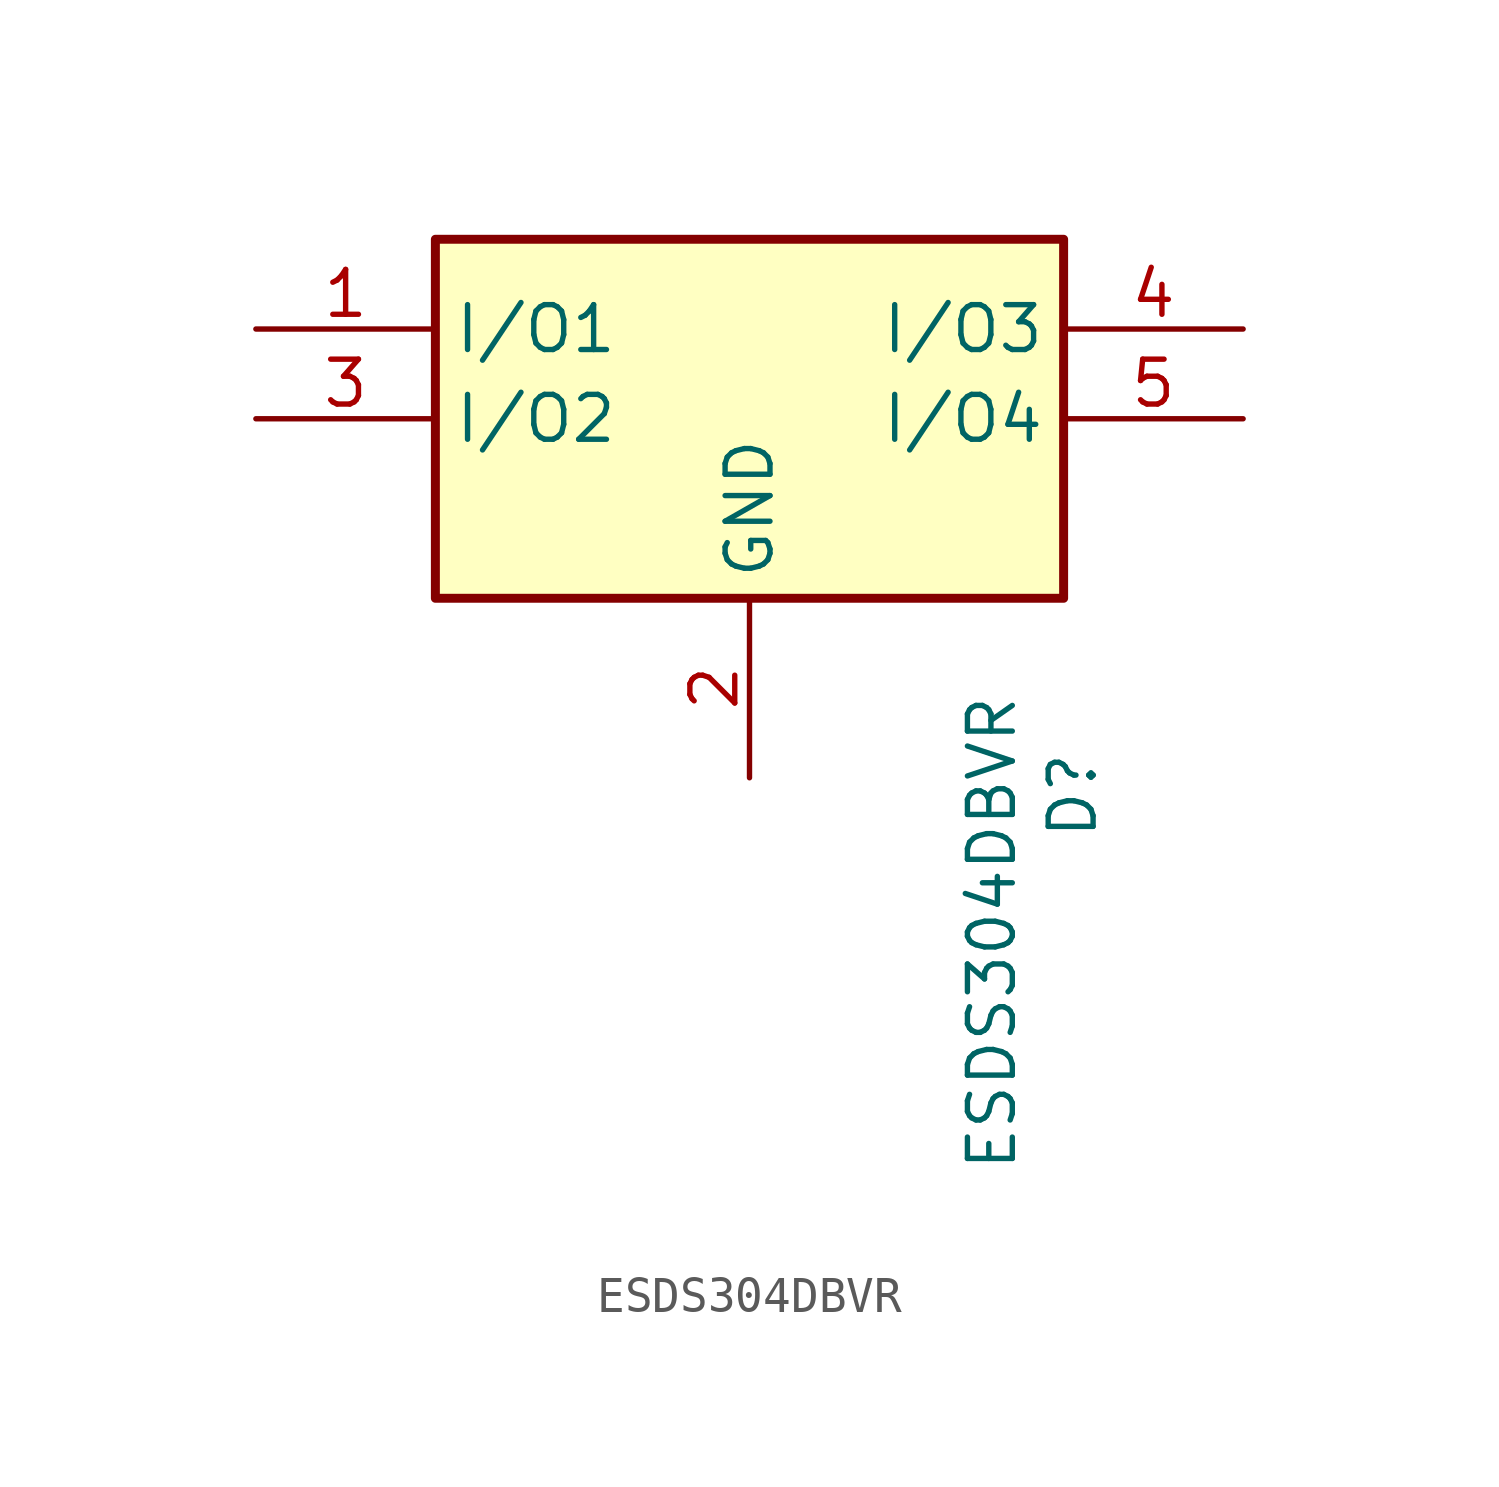
<source format=kicad_sym>
(kicad_symbol_lib
  (version 20241209)
  (generator "kicad_symbol_editor")
  (generator_version "9.0")
  (symbol "ESDS304DBVR"
    (property "Reference" "D"
      (at 23.114 -14.478 90)
      (effects (font (size 1.27 1.27)) (justify left)))
    (property "Value" "ESDS304DBVR"
      (at 20.828 -23.876 90)
      (effects (font (size 1.27 1.27)) (justify left)))
    (symbol "ESDS304DBVR_1_1"
      (rectangle (start 5.08 2.54) (end 22.86 -7.62) (stroke (width 0.254) (type default)) (fill (type background)))
      (pin passive line (at 0 0 0) (length 5.08) (name "I/O1" (effects (font (size 1.27 1.27)))) (number "1" (effects (font (size 1.27 1.27)))))
      (pin passive line (at 0 -2.54 0) (length 5.08) (name "I/O2" (effects (font (size 1.27 1.27)))) (number "3" (effects (font (size 1.27 1.27)))))
      (pin passive line (at 13.97 -12.7 90) (length 5.08) (name "GND" (effects (font (size 1.27 1.27)))) (number "2" (effects (font (size 1.27 1.27)))))
      (pin passive line (at 27.94 0 180) (length 5.08) (name "I/O3" (effects (font (size 1.27 1.27)))) (number "4" (effects (font (size 1.27 1.27)))))
      (pin passive line (at 27.94 -2.54 180) (length 5.08) (name "I/O4" (effects (font (size 1.27 1.27)))) (number "5" (effects (font (size 1.27 1.27))))))))
</source>
